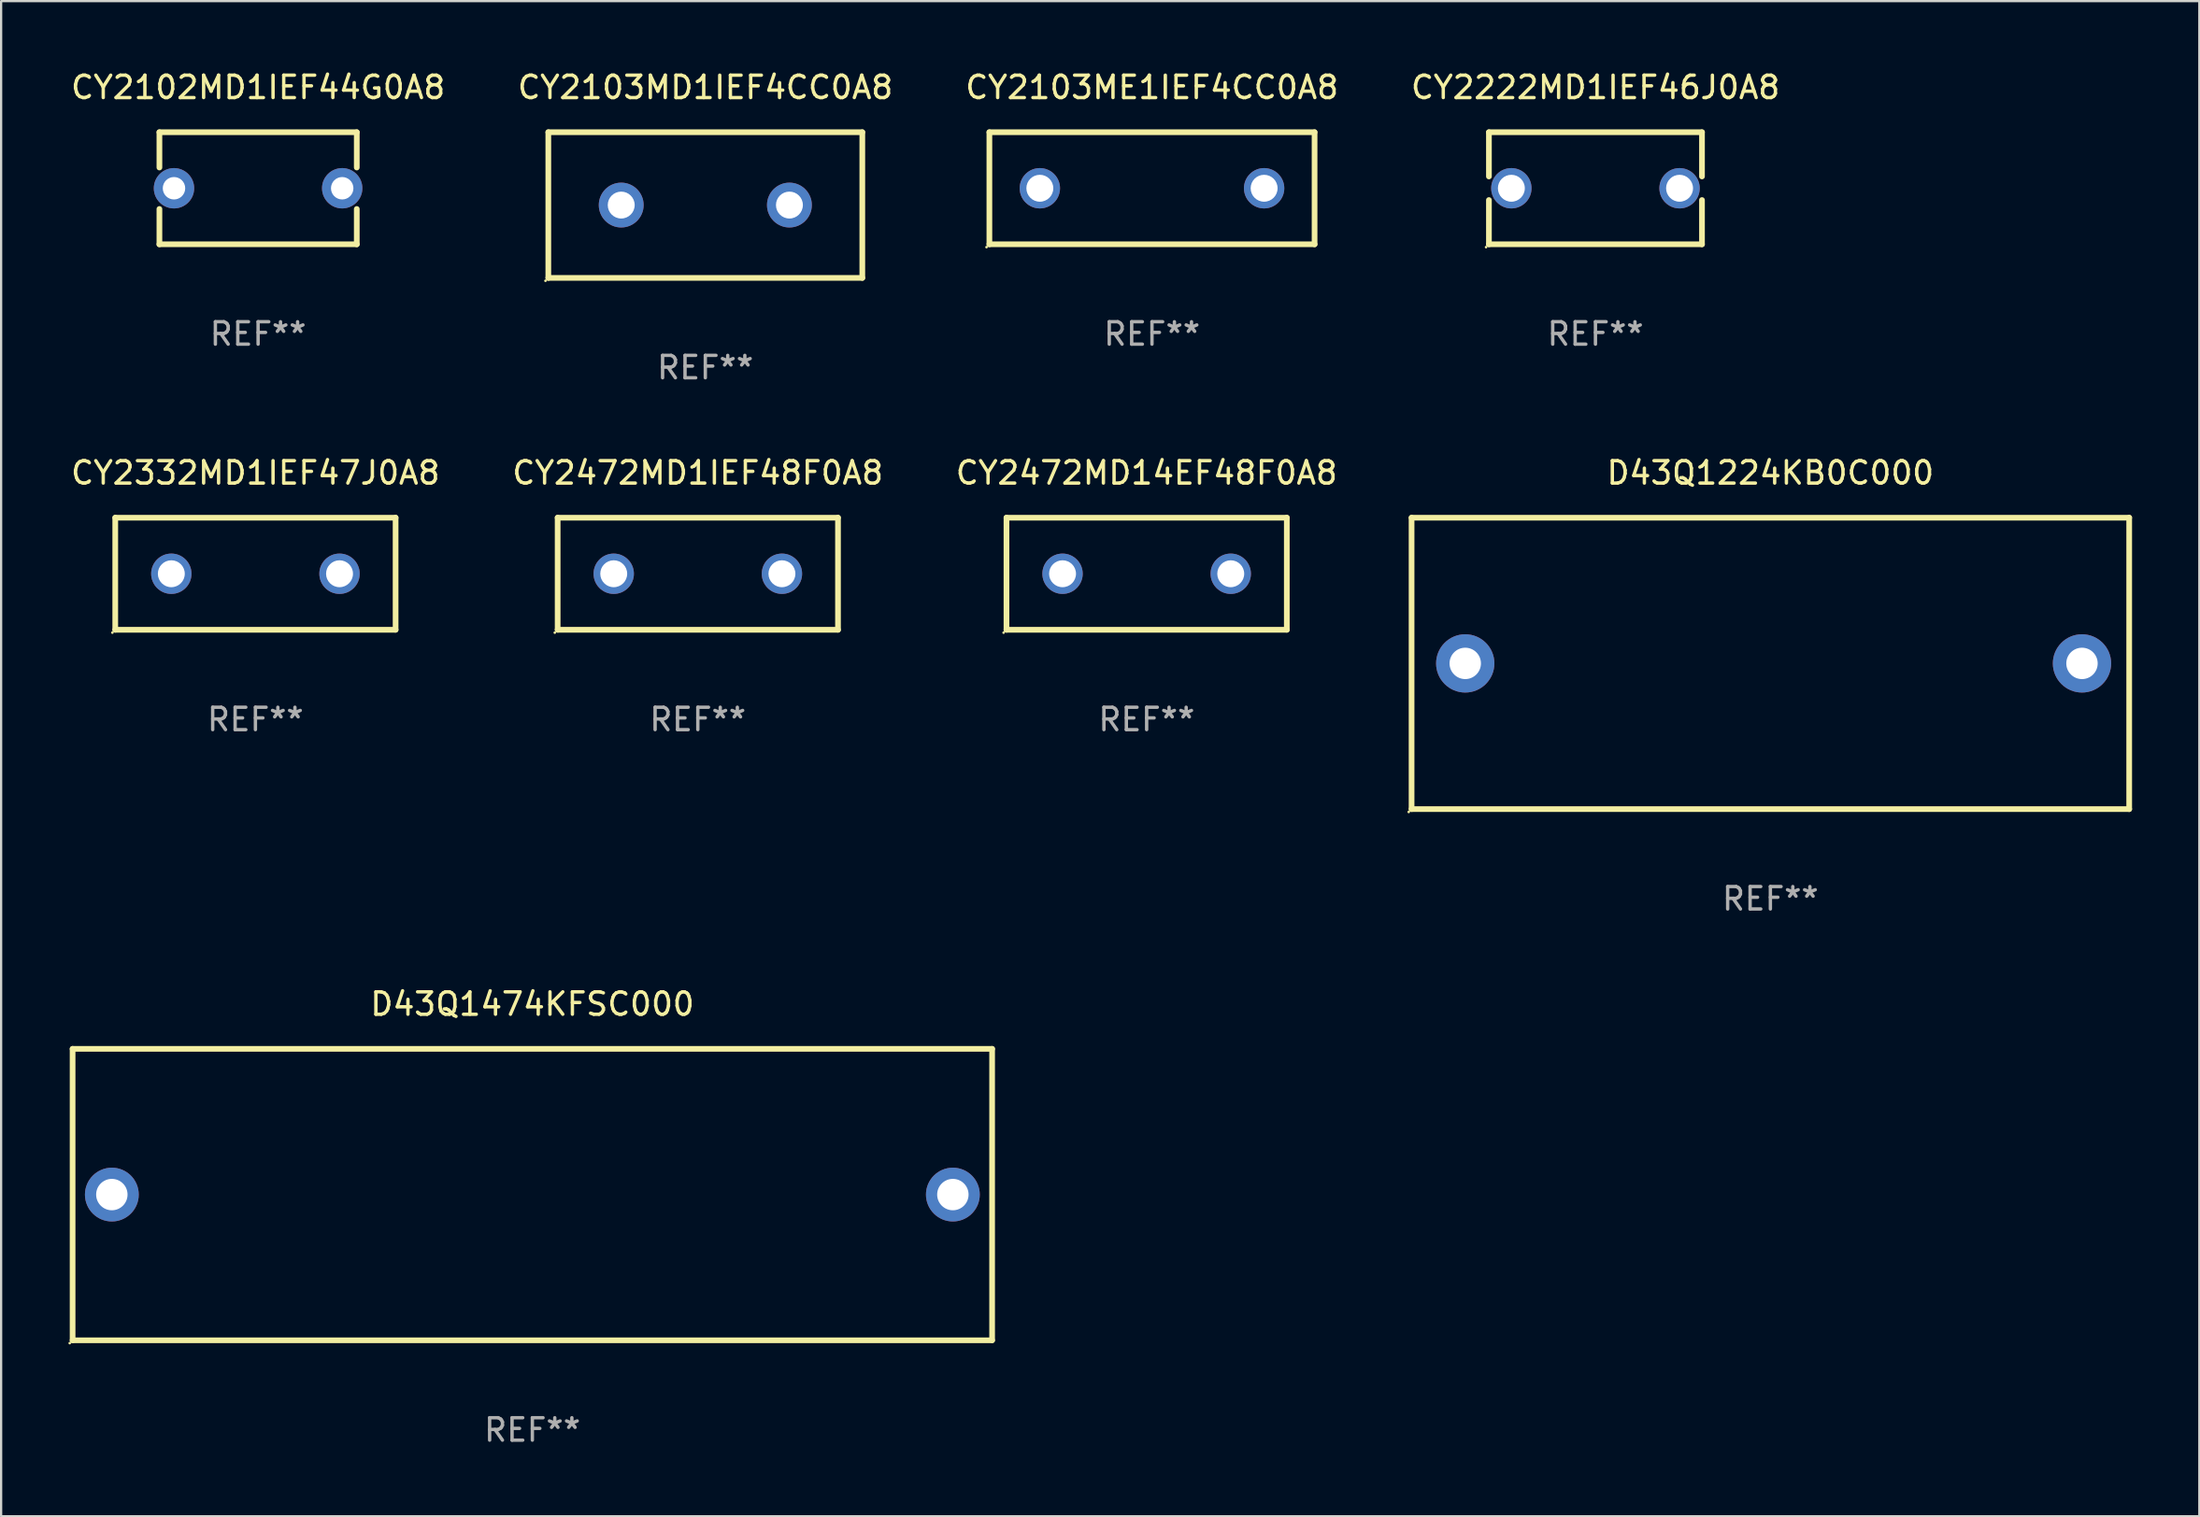
<source format=kicad_pcb>
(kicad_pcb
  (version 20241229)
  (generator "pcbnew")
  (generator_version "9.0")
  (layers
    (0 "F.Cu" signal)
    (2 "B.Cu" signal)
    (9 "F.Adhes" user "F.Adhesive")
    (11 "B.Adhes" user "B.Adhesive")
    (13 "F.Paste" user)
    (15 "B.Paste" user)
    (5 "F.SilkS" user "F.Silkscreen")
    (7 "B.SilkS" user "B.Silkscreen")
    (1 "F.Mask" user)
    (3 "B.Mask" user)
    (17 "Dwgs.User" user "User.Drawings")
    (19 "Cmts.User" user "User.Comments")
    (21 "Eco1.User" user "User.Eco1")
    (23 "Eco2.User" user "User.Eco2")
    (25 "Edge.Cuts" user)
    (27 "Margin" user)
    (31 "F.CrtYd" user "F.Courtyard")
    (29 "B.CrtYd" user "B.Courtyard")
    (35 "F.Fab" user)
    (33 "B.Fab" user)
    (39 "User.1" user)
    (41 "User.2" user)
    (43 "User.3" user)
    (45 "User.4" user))
  (footprint "CY2103MD1IEF4CC0A8"
    (layer "F.Cu")
    (at 28.399 6.098)
    (property "Reference" "CY2103MD1IEF4CC0A8" (at 0 -5.25 0) (layer "F.SilkS") (effects (font (size 1 1) (thickness 0.15))))
    (attr through_hole)
    (fp_line (start -7 -3.25) (end 7 -3.25) (stroke (width 0.254) (type solid)) (layer "F.SilkS"))
    (fp_line (start -7 3.25) (end -7 -3.25) (stroke (width 0.254) (type solid)) (layer "F.SilkS"))
    (fp_line (start 7 -3.25) (end 7 3.25) (stroke (width 0.254) (type solid)) (layer "F.SilkS"))
    (fp_line (start 7 3.25) (end -7 3.25) (stroke (width 0.254) (type solid)) (layer "F.SilkS"))
    (fp_circle (center -7.127 3.377) (end -7.097 3.377) (stroke (width 0.06) (type solid)) (fill no) (layer "F.SilkS"))
    (fp_text user "REF**" (at 0 7.25 0) (layer "F.Fab") (effects (font (size 1 1) (thickness 0.15))))
    (pad "1" thru_hole circle (at -3.75 -0.000013) (size 2 2) (drill 1.2) (layers "*.Cu" "*.Mask"))
    (pad "2" thru_hole circle (at 3.75 -0.000013) (size 2 2) (drill 1.2) (layers "*.Cu" "*.Mask")))
  (footprint "CY2222MD1IEF46J0A8"
    (layer "F.Cu")
    (at 68.089 5.348)
    (property "Reference" "CY2222MD1IEF46J0A8" (at 0 -4.5 0) (layer "F.SilkS") (effects (font (size 1 1) (thickness 0.15))))
    (attr through_hole)
    (fp_line (start -4.75 -2.5) (end -4.75 -0.526) (stroke (width 0.254) (type solid)) (layer "F.SilkS"))
    (fp_line (start -4.75 -2.5) (end 4.75 -2.5) (stroke (width 0.254) (type solid)) (layer "F.SilkS"))
    (fp_line (start -4.75 0.526) (end -4.75 2.5) (stroke (width 0.254) (type solid)) (layer "F.SilkS"))
    (fp_line (start 4.75 2.5) (end -4.75 2.5) (stroke (width 0.254) (type solid)) (layer "F.SilkS"))
    (fp_line (start 4.75 -2.5) (end 4.75 -0.526) (stroke (width 0.254) (type solid)) (layer "F.SilkS"))
    (fp_line (start 4.75 0.526) (end 4.75 2.5) (stroke (width 0.254) (type solid)) (layer "F.SilkS"))
    (fp_circle (center -4.877 2.627) (end -4.847 2.627) (stroke (width 0.06) (type solid)) (fill no) (layer "F.SilkS"))
    (fp_text user "REF**" (at 0 6.5 0) (layer "F.Fab") (effects (font (size 1 1) (thickness 0.15))))
    (pad "1" thru_hole circle (at -3.75 0) (size 1.8 1.8) (drill 1.2) (layers "*.Cu" "*.Mask"))
    (pad "2" thru_hole circle (at 3.75 0) (size 1.8 1.8) (drill 1.2) (layers "*.Cu" "*.Mask")))
  (footprint "CY2103ME1IEF4CC0A8"
    (layer "F.Cu")
    (at 48.315 5.348)
    (property "Reference" "CY2103ME1IEF4CC0A8" (at 0 -4.5 0) (layer "F.SilkS") (effects (font (size 1 1) (thickness 0.15))))
    (attr through_hole)
    (fp_line (start -7.25 -2.5) (end -7.25 2.5) (stroke (width 0.254) (type solid)) (layer "F.SilkS"))
    (fp_line (start -7.25 -2.5) (end 7.25 -2.5) (stroke (width 0.254) (type solid)) (layer "F.SilkS"))
    (fp_line (start 7.25 2.5) (end -7.25 2.5) (stroke (width 0.254) (type solid)) (layer "F.SilkS"))
    (fp_line (start 7.25 -2.5) (end 7.25 2.5) (stroke (width 0.254) (type solid)) (layer "F.SilkS"))
    (fp_circle (center -7.377 2.627) (end -7.347 2.627) (stroke (width 0.06) (type solid)) (fill no) (layer "F.SilkS"))
    (fp_text user "REF**" (at 0 6.5 0) (layer "F.Fab") (effects (font (size 1 1) (thickness 0.15))))
    (pad "1" thru_hole circle (at -5 0) (size 1.8 1.8) (drill 1.2) (layers "*.Cu" "*.Mask"))
    (pad "2" thru_hole circle (at 5 0) (size 1.8 1.8) (drill 1.2) (layers "*.Cu" "*.Mask")))
  (footprint "CY2332MD1IEF47J0A8"
    (layer "F.Cu")
    (at 8.339 22.545)
    (property "Reference" "CY2332MD1IEF47J0A8" (at 0 -4.5 0) (layer "F.SilkS") (effects (font (size 1 1) (thickness 0.15))))
    (attr through_hole)
    (fp_line (start -6.25 -2.5) (end 6.25 -2.5) (stroke (width 0.254) (type solid)) (layer "F.SilkS"))
    (fp_line (start -6.25 2.5) (end -6.25 -2.5) (stroke (width 0.254) (type solid)) (layer "F.SilkS"))
    (fp_line (start 6.25 -2.5) (end 6.25 2.5) (stroke (width 0.254) (type solid)) (layer "F.SilkS"))
    (fp_line (start 6.25 2.5) (end -6.25 2.5) (stroke (width 0.254) (type solid)) (layer "F.SilkS"))
    (fp_circle (center -6.377 2.627) (end -6.347 2.627) (stroke (width 0.06) (type solid)) (fill no) (layer "F.SilkS"))
    (fp_text user "REF**" (at 0 6.5 0) (layer "F.Fab") (effects (font (size 1 1) (thickness 0.15))))
    (pad "1" thru_hole circle (at -3.75 0) (size 1.8 1.8) (drill 1.2) (layers "*.Cu" "*.Mask"))
    (pad "2" thru_hole circle (at 3.75 0) (size 1.8 1.8) (drill 1.2) (layers "*.Cu" "*.Mask")))
  (footprint "CY2472MD1IEF48F0A8"
    (layer "F.Cu")
    (at 28.065 22.545)
    (property "Reference" "CY2472MD1IEF48F0A8" (at 0 -4.5 0) (layer "F.SilkS") (effects (font (size 1 1) (thickness 0.15))))
    (attr through_hole)
    (fp_line (start -6.25 -2.5) (end 6.25 -2.5) (stroke (width 0.254) (type solid)) (layer "F.SilkS"))
    (fp_line (start -6.25 2.5) (end -6.25 -2.5) (stroke (width 0.254) (type solid)) (layer "F.SilkS"))
    (fp_line (start 6.25 -2.5) (end 6.25 2.5) (stroke (width 0.254) (type solid)) (layer "F.SilkS"))
    (fp_line (start 6.25 2.5) (end -6.25 2.5) (stroke (width 0.254) (type solid)) (layer "F.SilkS"))
    (fp_circle (center -6.377 2.627) (end -6.347 2.627) (stroke (width 0.06) (type solid)) (fill no) (layer "F.SilkS"))
    (fp_text user "REF**" (at 0 6.5 0) (layer "F.Fab") (effects (font (size 1 1) (thickness 0.15))))
    (pad "1" thru_hole circle (at -3.75 0) (size 1.8 1.8) (drill 1.2) (layers "*.Cu" "*.Mask"))
    (pad "2" thru_hole circle (at 3.75 0) (size 1.8 1.8) (drill 1.2) (layers "*.Cu" "*.Mask")))
  (footprint "D43Q1474KFSC000"
    (layer "F.Cu")
    (at 20.687 50.241)
    (property "Reference" "D43Q1474KFSC000" (at 0 -8.5 0) (layer "F.SilkS") (effects (font (size 1 1) (thickness 0.15))))
    (attr through_hole)
    (fp_line (start -20.5 -6.5) (end 20.5 -6.5) (stroke (width 0.254) (type solid)) (layer "F.SilkS"))
    (fp_line (start -20.5 6.5) (end -20.5 -6.5) (stroke (width 0.254) (type solid)) (layer "F.SilkS"))
    (fp_line (start -20.5 6.5) (end 20.5 6.5) (stroke (width 0.254) (type solid)) (layer "F.SilkS"))
    (fp_line (start 20.5 -6.5) (end 20.5 6.5) (stroke (width 0.254) (type solid)) (layer "F.SilkS"))
    (fp_circle (center -20.627 6.627) (end -20.597 6.627) (stroke (width 0.06) (type solid)) (fill no) (layer "F.SilkS"))
    (fp_text user "REF**" (at 0 10.5 0) (layer "F.Fab") (effects (font (size 1 1) (thickness 0.15))))
    (pad "1" thru_hole circle (at -18.75 0) (size 2.4 2.4) (drill 1.4) (layers "*.Cu" "*.Mask"))
    (pad "2" thru_hole circle (at 18.75 0) (size 2.4 2.4) (drill 1.4) (layers "*.Cu" "*.Mask")))
  (footprint "CY2472MD14EF48F0A8"
    (layer "F.Cu")
    (at 48.077 22.545)
    (property "Reference" "CY2472MD14EF48F0A8" (at 0 -4.5 0) (layer "F.SilkS") (effects (font (size 1 1) (thickness 0.15))))
    (attr through_hole)
    (fp_line (start -6.25 -2.5) (end 6.25 -2.5) (stroke (width 0.254) (type solid)) (layer "F.SilkS"))
    (fp_line (start -6.25 2.5) (end -6.25 -2.5) (stroke (width 0.254) (type solid)) (layer "F.SilkS"))
    (fp_line (start 6.25 -2.5) (end 6.25 2.5) (stroke (width 0.254) (type solid)) (layer "F.SilkS"))
    (fp_line (start 6.25 2.5) (end -6.25 2.5) (stroke (width 0.254) (type solid)) (layer "F.SilkS"))
    (fp_circle (center -6.377 2.627) (end -6.347 2.627) (stroke (width 0.06) (type solid)) (fill no) (layer "F.SilkS"))
    (fp_text user "REF**" (at 0 6.5 0) (layer "F.Fab") (effects (font (size 1 1) (thickness 0.15))))
    (pad "1" thru_hole circle (at -3.75 0) (size 1.8 1.8) (drill 1.2) (layers "*.Cu" "*.Mask"))
    (pad "2" thru_hole circle (at 3.75 0) (size 1.8 1.8) (drill 1.2) (layers "*.Cu" "*.Mask")))
  (footprint "CY2102MD1IEF44G0A8"
    (layer "F.Cu")
    (at 8.458 5.348)
    (property "Reference" "CY2102MD1IEF44G0A8" (at 0 -4.5 0) (layer "F.SilkS") (effects (font (size 1 1) (thickness 0.15))))
    (attr through_hole)
    (fp_line (start -4.4 -2.5) (end -4.4 -0.925) (stroke (width 0.254) (type solid)) (layer "F.SilkS"))
    (fp_line (start -4.4 -2.5) (end 4.4 -2.5) (stroke (width 0.254) (type solid)) (layer "F.SilkS"))
    (fp_line (start -4.4 0.925) (end -4.4 2.5) (stroke (width 0.254) (type solid)) (layer "F.SilkS"))
    (fp_line (start -4.4 2.5) (end 4.4 2.5) (stroke (width 0.254) (type solid)) (layer "F.SilkS"))
    (fp_line (start 4.4 -2.5) (end 4.4 -0.925) (stroke (width 0.254) (type solid)) (layer "F.SilkS"))
    (fp_line (start 4.4 0.925) (end 4.4 2.5) (stroke (width 0.254) (type solid)) (layer "F.SilkS"))
    (fp_circle (center -4.25 2.5) (end -4.22 2.5) (stroke (width 0.06) (type solid)) (fill no) (layer "F.SilkS"))
    (fp_text user "REF**" (at 0 6.5 0) (layer "F.Fab") (effects (font (size 1 1) (thickness 0.15))))
    (pad "1" thru_hole circle (at -3.75 0) (size 1.8 1.8) (drill 1) (layers "*.Cu" "*.Mask"))
    (pad "2" thru_hole circle (at 3.75 0) (size 1.8 1.8) (drill 1) (layers "*.Cu" "*.Mask")))
  (footprint "D43Q1224KB0C000"
    (layer "F.Cu")
    (at 75.889 26.545)
    (property "Reference" "D43Q1224KB0C000" (at 0 -8.5 0) (layer "F.SilkS") (effects (font (size 1 1) (thickness 0.15))))
    (attr through_hole)
    (fp_line (start -15.999 -6.5) (end -15.999 6.5) (stroke (width 0.254) (type solid)) (layer "F.SilkS"))
    (fp_line (start -15.999 -6.5) (end 15.999 -6.5) (stroke (width 0.254) (type solid)) (layer "F.SilkS"))
    (fp_line (start 15.999 -6.5) (end 15.999 6.5) (stroke (width 0.254) (type solid)) (layer "F.SilkS"))
    (fp_line (start 15.999 6.5) (end -15.999 6.5) (stroke (width 0.254) (type solid)) (layer "F.SilkS"))
    (fp_circle (center -16.126 6.627) (end -16.096 6.627) (stroke (width 0.06) (type solid)) (fill no) (layer "F.SilkS"))
    (fp_text user "REF**" (at 0 10.5 0) (layer "F.Fab") (effects (font (size 1 1) (thickness 0.15))))
    (pad "1" thru_hole circle (at -13.606 0) (size 2.6 2.6) (drill 1.4) (layers "*.Cu" "*.Mask"))
    (pad "2" thru_hole circle (at 13.894 0) (size 2.6 2.6) (drill 1.4) (layers "*.Cu" "*.Mask")))
  (gr_rect
    (start -3 -3)
    (end 95.015 64.59)
    (stroke (width 0.1) (type default))
    (fill no)
    (layer "Edge.Cuts")))
</source>
